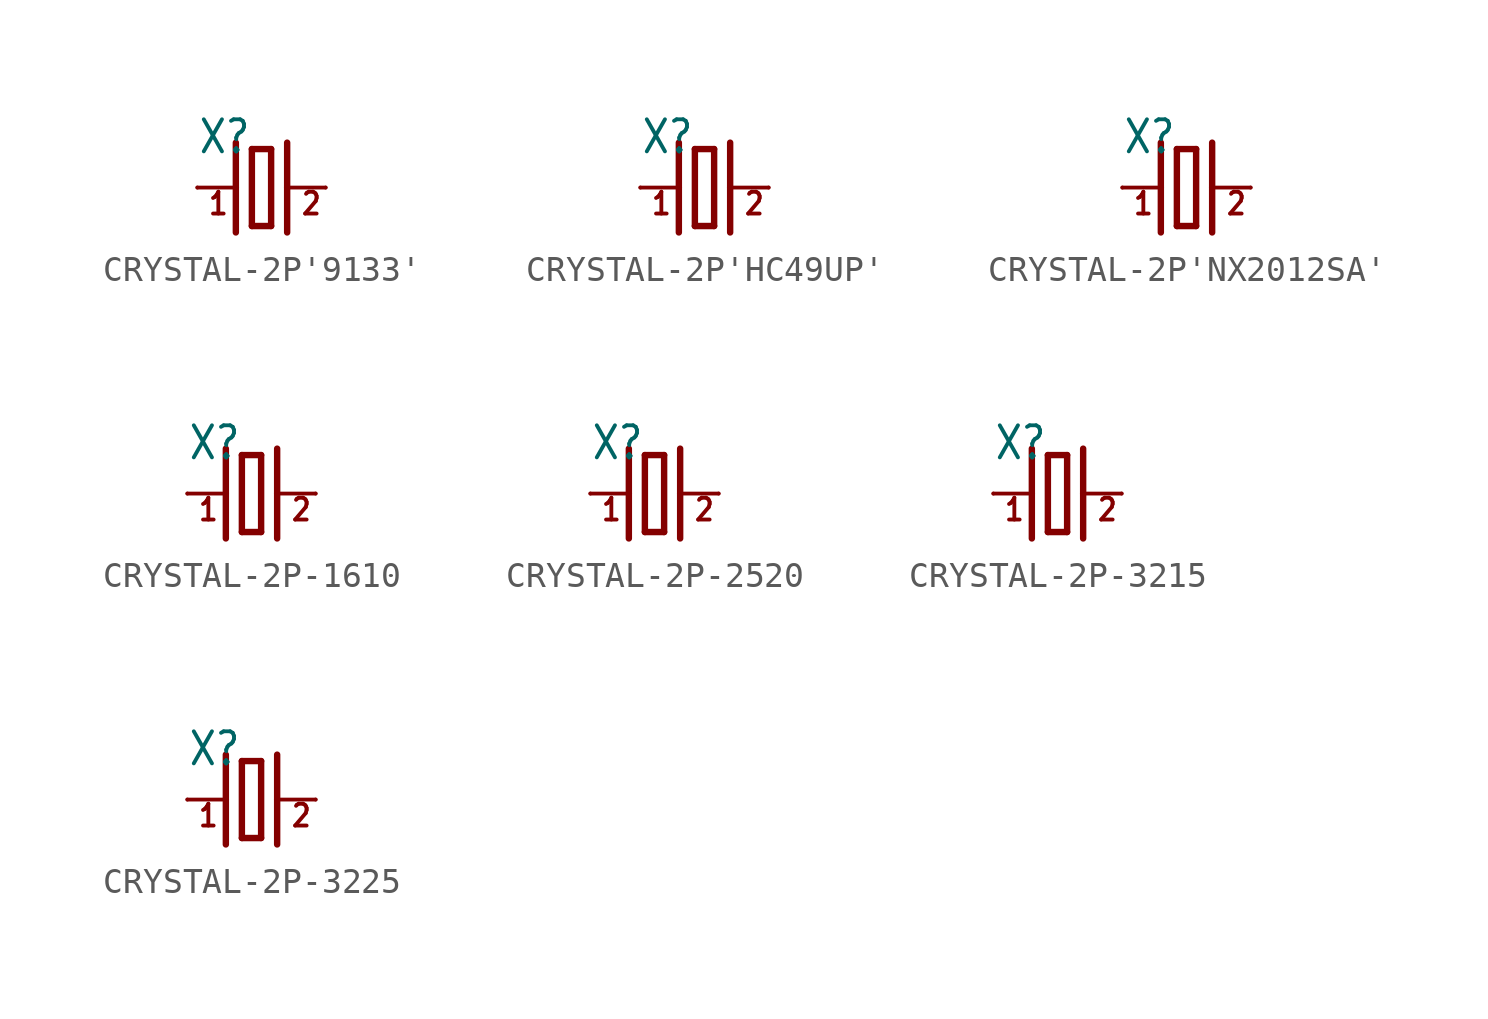
<source format=kicad_sym>
(kicad_symbol_lib
  (version 20231120)
  (generator "kicad_symbol_editor")
  (generator_version "8.0")
  (symbol "CRYSTAL-2P'9133'"
    (property "Reference" "X"
      (at -2.54 1.27 0)
      (effects (font (size 1.27 1.079)) (justify left bottom)))
    (property "Value" ""
      (at -2.54 0 0)
      (effects (font (size 1.27 1.079)) (justify left bottom)))
    (property "ki_locked" ""
      (at 0 0 0)
      (effects (font (size 1.27 1.27))))
    (symbol "CRYSTAL-2P'9133'_1_0"
      (polyline (pts (xy -1.016 0) (xy -2.54 0)) (stroke (width 0.152) (type solid)) (fill (type none)))
      (polyline (pts (xy -1.016 0) (xy -1.016 -1.778)) (stroke (width 0.254) (type solid)) (fill (type none)))
      (polyline (pts (xy -1.016 1.778) (xy -1.016 0)) (stroke (width 0.254) (type solid)) (fill (type none)))
      (polyline (pts (xy -0.381 -1.524) (xy 0.381 -1.524)) (stroke (width 0.254) (type solid)) (fill (type none)))
      (polyline (pts (xy -0.381 1.524) (xy -0.381 -1.524)) (stroke (width 0.254) (type solid)) (fill (type none)))
      (polyline (pts (xy 0.381 -1.524) (xy 0.381 1.524)) (stroke (width 0.254) (type solid)) (fill (type none)))
      (polyline (pts (xy 0.381 1.524) (xy -0.381 1.524)) (stroke (width 0.254) (type solid)) (fill (type none)))
      (polyline (pts (xy 1.016 0) (xy 1.016 -1.778)) (stroke (width 0.254) (type solid)) (fill (type none)))
      (polyline (pts (xy 1.016 0) (xy 2.54 0)) (stroke (width 0.152) (type solid)) (fill (type none)))
      (polyline (pts (xy 1.016 1.778) (xy 1.016 0)) (stroke (width 0.254) (type solid)) (fill (type none)))
      (text "1" (at -2.159 -1.143 0) (effects (font (size 0.864 0.734)) (justify left bottom)))
      (text "2" (at 1.524 -1.143 0) (effects (font (size 0.864 0.734)) (justify left bottom)))
      (pin passive line (at -2.54 0 0) (length 0) (name "1" (effects (font (size 0 0)))) (number "1" (effects (font (size 0 0)))))
      (pin passive line (at 2.54 0 180) (length 0) (name "2" (effects (font (size 0 0)))) (number "2" (effects (font (size 0 0)))))))
  (symbol "CRYSTAL-2P'HC49UP'"
    (property "Reference" "X"
      (at -2.54 1.27 0)
      (effects (font (size 1.27 1.079)) (justify left bottom)))
    (property "Value" ""
      (at -2.54 0 0)
      (effects (font (size 1.27 1.079)) (justify left bottom)))
    (property "ki_locked" ""
      (at 0 0 0)
      (effects (font (size 1.27 1.27))))
    (symbol "CRYSTAL-2P'HC49UP'_1_0"
      (polyline (pts (xy -1.016 0) (xy -2.54 0)) (stroke (width 0.152) (type solid)) (fill (type none)))
      (polyline (pts (xy -1.016 0) (xy -1.016 -1.778)) (stroke (width 0.254) (type solid)) (fill (type none)))
      (polyline (pts (xy -1.016 1.778) (xy -1.016 0)) (stroke (width 0.254) (type solid)) (fill (type none)))
      (polyline (pts (xy -0.381 -1.524) (xy 0.381 -1.524)) (stroke (width 0.254) (type solid)) (fill (type none)))
      (polyline (pts (xy -0.381 1.524) (xy -0.381 -1.524)) (stroke (width 0.254) (type solid)) (fill (type none)))
      (polyline (pts (xy 0.381 -1.524) (xy 0.381 1.524)) (stroke (width 0.254) (type solid)) (fill (type none)))
      (polyline (pts (xy 0.381 1.524) (xy -0.381 1.524)) (stroke (width 0.254) (type solid)) (fill (type none)))
      (polyline (pts (xy 1.016 0) (xy 1.016 -1.778)) (stroke (width 0.254) (type solid)) (fill (type none)))
      (polyline (pts (xy 1.016 0) (xy 2.54 0)) (stroke (width 0.152) (type solid)) (fill (type none)))
      (polyline (pts (xy 1.016 1.778) (xy 1.016 0)) (stroke (width 0.254) (type solid)) (fill (type none)))
      (text "1" (at -2.159 -1.143 0) (effects (font (size 0.864 0.734)) (justify left bottom)))
      (text "2" (at 1.524 -1.143 0) (effects (font (size 0.864 0.734)) (justify left bottom)))
      (pin passive line (at -2.54 0 0) (length 0) (name "1" (effects (font (size 0 0)))) (number "1" (effects (font (size 0 0)))))
      (pin passive line (at 2.54 0 180) (length 0) (name "2" (effects (font (size 0 0)))) (number "2" (effects (font (size 0 0)))))))
  (symbol "CRYSTAL-2P'NX2012SA'"
    (property "Reference" "X"
      (at -2.54 1.27 0)
      (effects (font (size 1.27 1.079)) (justify left bottom)))
    (property "Value" ""
      (at -2.54 0 0)
      (effects (font (size 1.27 1.079)) (justify left bottom)))
    (property "ki_locked" ""
      (at 0 0 0)
      (effects (font (size 1.27 1.27))))
    (symbol "CRYSTAL-2P'NX2012SA'_1_0"
      (polyline (pts (xy -1.016 0) (xy -2.54 0)) (stroke (width 0.152) (type solid)) (fill (type none)))
      (polyline (pts (xy -1.016 0) (xy -1.016 -1.778)) (stroke (width 0.254) (type solid)) (fill (type none)))
      (polyline (pts (xy -1.016 1.778) (xy -1.016 0)) (stroke (width 0.254) (type solid)) (fill (type none)))
      (polyline (pts (xy -0.381 -1.524) (xy 0.381 -1.524)) (stroke (width 0.254) (type solid)) (fill (type none)))
      (polyline (pts (xy -0.381 1.524) (xy -0.381 -1.524)) (stroke (width 0.254) (type solid)) (fill (type none)))
      (polyline (pts (xy 0.381 -1.524) (xy 0.381 1.524)) (stroke (width 0.254) (type solid)) (fill (type none)))
      (polyline (pts (xy 0.381 1.524) (xy -0.381 1.524)) (stroke (width 0.254) (type solid)) (fill (type none)))
      (polyline (pts (xy 1.016 0) (xy 1.016 -1.778)) (stroke (width 0.254) (type solid)) (fill (type none)))
      (polyline (pts (xy 1.016 0) (xy 2.54 0)) (stroke (width 0.152) (type solid)) (fill (type none)))
      (polyline (pts (xy 1.016 1.778) (xy 1.016 0)) (stroke (width 0.254) (type solid)) (fill (type none)))
      (text "1" (at -2.159 -1.143 0) (effects (font (size 0.864 0.734)) (justify left bottom)))
      (text "2" (at 1.524 -1.143 0) (effects (font (size 0.864 0.734)) (justify left bottom)))
      (pin passive line (at -2.54 0 0) (length 0) (name "1" (effects (font (size 0 0)))) (number "1" (effects (font (size 0 0)))))
      (pin passive line (at 2.54 0 180) (length 0) (name "2" (effects (font (size 0 0)))) (number "2" (effects (font (size 0 0)))))))
  (symbol "CRYSTAL-2P-1610"
    (property "Reference" "X"
      (at -2.54 1.27 0)
      (effects (font (size 1.27 1.079)) (justify left bottom)))
    (property "Value" ""
      (at -2.54 0 0)
      (effects (font (size 1.27 1.079)) (justify left bottom)))
    (property "ki_locked" ""
      (at 0 0 0)
      (effects (font (size 1.27 1.27))))
    (symbol "CRYSTAL-2P-1610_1_0"
      (polyline (pts (xy -1.016 0) (xy -2.54 0)) (stroke (width 0.152) (type solid)) (fill (type none)))
      (polyline (pts (xy -1.016 0) (xy -1.016 -1.778)) (stroke (width 0.254) (type solid)) (fill (type none)))
      (polyline (pts (xy -1.016 1.778) (xy -1.016 0)) (stroke (width 0.254) (type solid)) (fill (type none)))
      (polyline (pts (xy -0.381 -1.524) (xy 0.381 -1.524)) (stroke (width 0.254) (type solid)) (fill (type none)))
      (polyline (pts (xy -0.381 1.524) (xy -0.381 -1.524)) (stroke (width 0.254) (type solid)) (fill (type none)))
      (polyline (pts (xy 0.381 -1.524) (xy 0.381 1.524)) (stroke (width 0.254) (type solid)) (fill (type none)))
      (polyline (pts (xy 0.381 1.524) (xy -0.381 1.524)) (stroke (width 0.254) (type solid)) (fill (type none)))
      (polyline (pts (xy 1.016 0) (xy 1.016 -1.778)) (stroke (width 0.254) (type solid)) (fill (type none)))
      (polyline (pts (xy 1.016 0) (xy 2.54 0)) (stroke (width 0.152) (type solid)) (fill (type none)))
      (polyline (pts (xy 1.016 1.778) (xy 1.016 0)) (stroke (width 0.254) (type solid)) (fill (type none)))
      (text "1" (at -2.159 -1.143 0) (effects (font (size 0.864 0.734)) (justify left bottom)))
      (text "2" (at 1.524 -1.143 0) (effects (font (size 0.864 0.734)) (justify left bottom)))
      (pin passive line (at -2.54 0 0) (length 0) (name "1" (effects (font (size 0 0)))) (number "1" (effects (font (size 0 0)))))
      (pin passive line (at 2.54 0 180) (length 0) (name "2" (effects (font (size 0 0)))) (number "2" (effects (font (size 0 0)))))))
  (symbol "CRYSTAL-2P-2520"
    (property "Reference" "X"
      (at -2.54 1.27 0)
      (effects (font (size 1.27 1.079)) (justify left bottom)))
    (property "Value" ""
      (at -2.54 0 0)
      (effects (font (size 1.27 1.079)) (justify left bottom)))
    (property "ki_locked" ""
      (at 0 0 0)
      (effects (font (size 1.27 1.27))))
    (symbol "CRYSTAL-2P-2520_1_0"
      (polyline (pts (xy -1.016 0) (xy -2.54 0)) (stroke (width 0.152) (type solid)) (fill (type none)))
      (polyline (pts (xy -1.016 0) (xy -1.016 -1.778)) (stroke (width 0.254) (type solid)) (fill (type none)))
      (polyline (pts (xy -1.016 1.778) (xy -1.016 0)) (stroke (width 0.254) (type solid)) (fill (type none)))
      (polyline (pts (xy -0.381 -1.524) (xy 0.381 -1.524)) (stroke (width 0.254) (type solid)) (fill (type none)))
      (polyline (pts (xy -0.381 1.524) (xy -0.381 -1.524)) (stroke (width 0.254) (type solid)) (fill (type none)))
      (polyline (pts (xy 0.381 -1.524) (xy 0.381 1.524)) (stroke (width 0.254) (type solid)) (fill (type none)))
      (polyline (pts (xy 0.381 1.524) (xy -0.381 1.524)) (stroke (width 0.254) (type solid)) (fill (type none)))
      (polyline (pts (xy 1.016 0) (xy 1.016 -1.778)) (stroke (width 0.254) (type solid)) (fill (type none)))
      (polyline (pts (xy 1.016 0) (xy 2.54 0)) (stroke (width 0.152) (type solid)) (fill (type none)))
      (polyline (pts (xy 1.016 1.778) (xy 1.016 0)) (stroke (width 0.254) (type solid)) (fill (type none)))
      (text "1" (at -2.159 -1.143 0) (effects (font (size 0.864 0.734)) (justify left bottom)))
      (text "2" (at 1.524 -1.143 0) (effects (font (size 0.864 0.734)) (justify left bottom)))
      (pin passive line (at -2.54 0 0) (length 0) (name "1" (effects (font (size 0 0)))) (number "1" (effects (font (size 0 0)))))
      (pin passive line (at 2.54 0 180) (length 0) (name "2" (effects (font (size 0 0)))) (number "3" (effects (font (size 0 0)))))))
  (symbol "CRYSTAL-2P-3215"
    (property "Reference" "X"
      (at -2.54 1.27 0)
      (effects (font (size 1.27 1.079)) (justify left bottom)))
    (property "Value" ""
      (at -2.54 0 0)
      (effects (font (size 1.27 1.079)) (justify left bottom)))
    (property "ki_locked" ""
      (at 0 0 0)
      (effects (font (size 1.27 1.27))))
    (symbol "CRYSTAL-2P-3215_1_0"
      (polyline (pts (xy -1.016 0) (xy -2.54 0)) (stroke (width 0.152) (type solid)) (fill (type none)))
      (polyline (pts (xy -1.016 0) (xy -1.016 -1.778)) (stroke (width 0.254) (type solid)) (fill (type none)))
      (polyline (pts (xy -1.016 1.778) (xy -1.016 0)) (stroke (width 0.254) (type solid)) (fill (type none)))
      (polyline (pts (xy -0.381 -1.524) (xy 0.381 -1.524)) (stroke (width 0.254) (type solid)) (fill (type none)))
      (polyline (pts (xy -0.381 1.524) (xy -0.381 -1.524)) (stroke (width 0.254) (type solid)) (fill (type none)))
      (polyline (pts (xy 0.381 -1.524) (xy 0.381 1.524)) (stroke (width 0.254) (type solid)) (fill (type none)))
      (polyline (pts (xy 0.381 1.524) (xy -0.381 1.524)) (stroke (width 0.254) (type solid)) (fill (type none)))
      (polyline (pts (xy 1.016 0) (xy 1.016 -1.778)) (stroke (width 0.254) (type solid)) (fill (type none)))
      (polyline (pts (xy 1.016 0) (xy 2.54 0)) (stroke (width 0.152) (type solid)) (fill (type none)))
      (polyline (pts (xy 1.016 1.778) (xy 1.016 0)) (stroke (width 0.254) (type solid)) (fill (type none)))
      (text "1" (at -2.159 -1.143 0) (effects (font (size 0.864 0.734)) (justify left bottom)))
      (text "2" (at 1.524 -1.143 0) (effects (font (size 0.864 0.734)) (justify left bottom)))
      (pin passive line (at -2.54 0 0) (length 0) (name "1" (effects (font (size 0 0)))) (number "1" (effects (font (size 0 0)))))
      (pin passive line (at 2.54 0 180) (length 0) (name "2" (effects (font (size 0 0)))) (number "2" (effects (font (size 0 0)))))))
  (symbol "CRYSTAL-2P-3225"
    (property "Reference" "X"
      (at -2.54 1.27 0)
      (effects (font (size 1.27 1.079)) (justify left bottom)))
    (property "Value" ""
      (at -2.54 0 0)
      (effects (font (size 1.27 1.079)) (justify left bottom)))
    (property "ki_locked" ""
      (at 0 0 0)
      (effects (font (size 1.27 1.27))))
    (symbol "CRYSTAL-2P-3225_1_0"
      (polyline (pts (xy -1.016 0) (xy -2.54 0)) (stroke (width 0.152) (type solid)) (fill (type none)))
      (polyline (pts (xy -1.016 0) (xy -1.016 -1.778)) (stroke (width 0.254) (type solid)) (fill (type none)))
      (polyline (pts (xy -1.016 1.778) (xy -1.016 0)) (stroke (width 0.254) (type solid)) (fill (type none)))
      (polyline (pts (xy -0.381 -1.524) (xy 0.381 -1.524)) (stroke (width 0.254) (type solid)) (fill (type none)))
      (polyline (pts (xy -0.381 1.524) (xy -0.381 -1.524)) (stroke (width 0.254) (type solid)) (fill (type none)))
      (polyline (pts (xy 0.381 -1.524) (xy 0.381 1.524)) (stroke (width 0.254) (type solid)) (fill (type none)))
      (polyline (pts (xy 0.381 1.524) (xy -0.381 1.524)) (stroke (width 0.254) (type solid)) (fill (type none)))
      (polyline (pts (xy 1.016 0) (xy 1.016 -1.778)) (stroke (width 0.254) (type solid)) (fill (type none)))
      (polyline (pts (xy 1.016 0) (xy 2.54 0)) (stroke (width 0.152) (type solid)) (fill (type none)))
      (polyline (pts (xy 1.016 1.778) (xy 1.016 0)) (stroke (width 0.254) (type solid)) (fill (type none)))
      (text "1" (at -2.159 -1.143 0) (effects (font (size 0.864 0.734)) (justify left bottom)))
      (text "2" (at 1.524 -1.143 0) (effects (font (size 0.864 0.734)) (justify left bottom)))
      (pin passive line (at -2.54 0 0) (length 0) (name "1" (effects (font (size 0 0)))) (number "1" (effects (font (size 0 0)))))
      (pin passive line (at 2.54 0 180) (length 0) (name "2" (effects (font (size 0 0)))) (number "3" (effects (font (size 0 0))))))))
</source>
